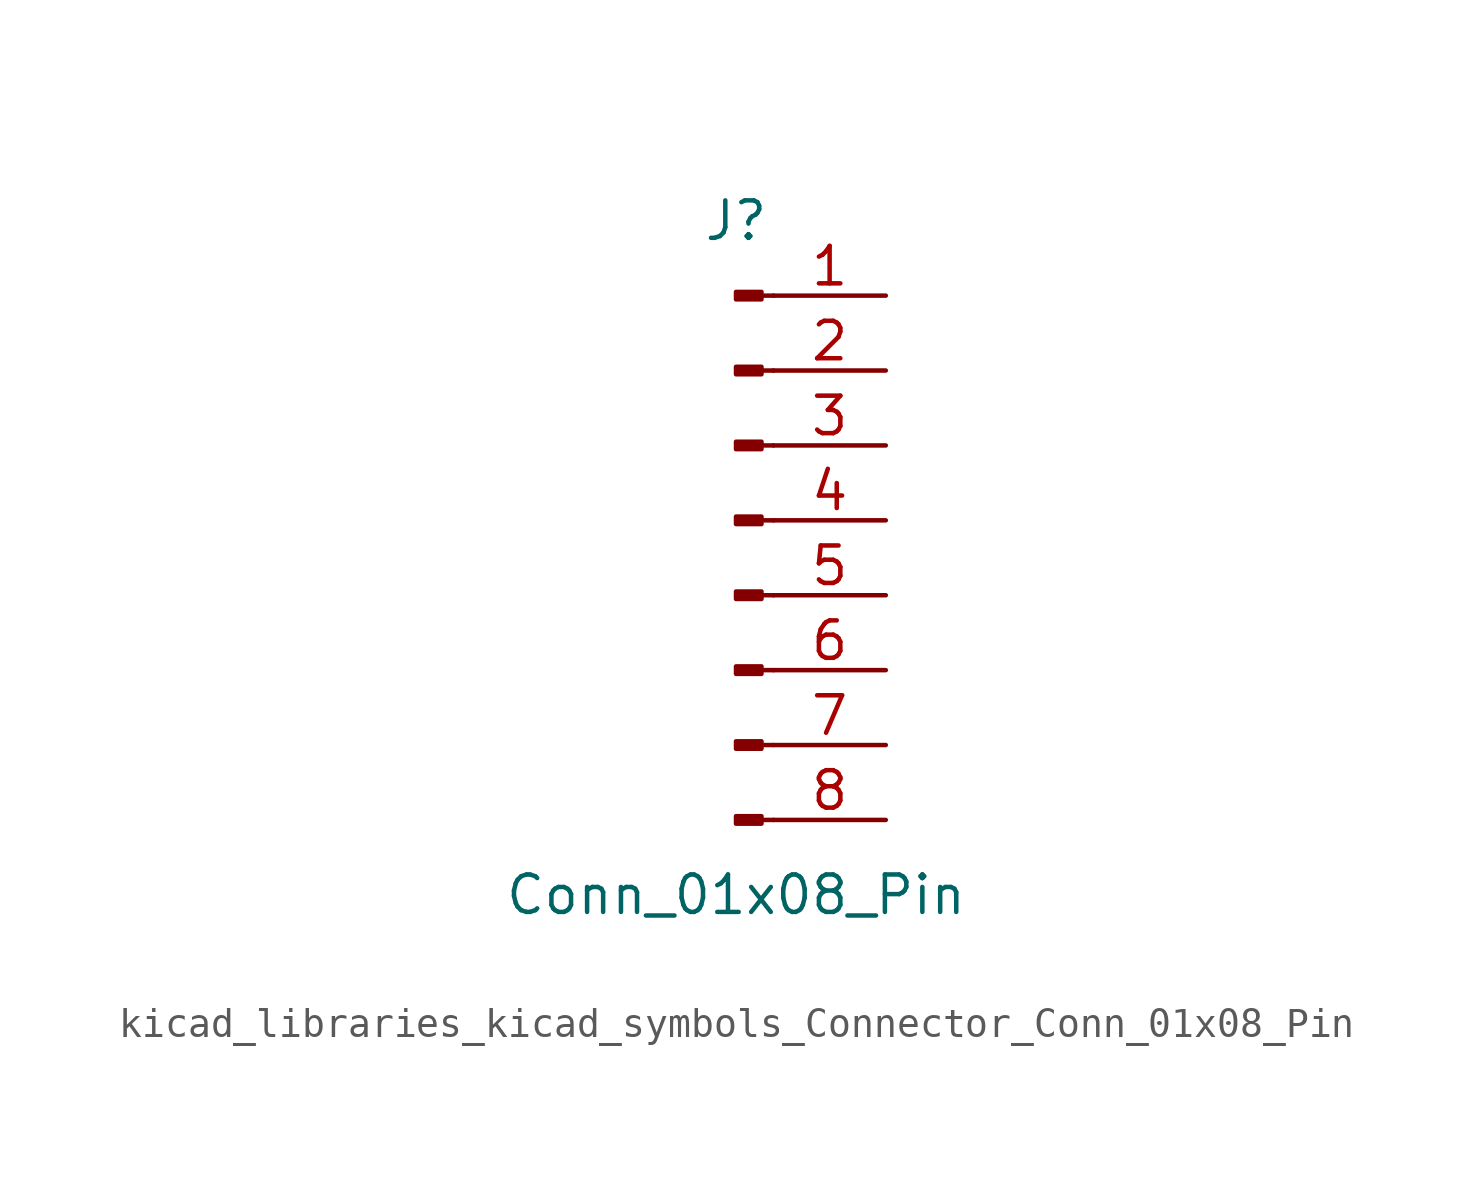
<source format=kicad_sym>
(kicad_symbol_lib
  (version 20220914)
  (generator kicad_symbol_editor)
  (symbol "kicad_libraries_kicad_symbols_Connector_Conn_01x08_Pin"
    (pin_names
      (offset 1.016) hide)
    (property "Reference" "J"
      (at 0 10.16 0)
      (effects (font (size 1.27 1.27))))
    (property "Value" "Conn_01x08_Pin"
      (at 0 -12.7 0)
      (effects (font (size 1.27 1.27))))
    (property "ki_locked" ""
      (at 0 0 0)
      (effects (font (size 1.27 1.27))))
    (symbol "kicad_libraries_kicad_symbols_Connector_Conn_01x08_Pin_1_1"
      (polyline (pts (xy 1.27 -10.16) (xy 0.864 -10.16)) (stroke (width 0.152) (type default)) (fill (type none)))
      (polyline (pts (xy 1.27 -7.62) (xy 0.864 -7.62)) (stroke (width 0.152) (type default)) (fill (type none)))
      (polyline (pts (xy 1.27 -5.08) (xy 0.864 -5.08)) (stroke (width 0.152) (type default)) (fill (type none)))
      (polyline (pts (xy 1.27 -2.54) (xy 0.864 -2.54)) (stroke (width 0.152) (type default)) (fill (type none)))
      (polyline (pts (xy 1.27 0) (xy 0.864 0)) (stroke (width 0.152) (type default)) (fill (type none)))
      (polyline (pts (xy 1.27 2.54) (xy 0.864 2.54)) (stroke (width 0.152) (type default)) (fill (type none)))
      (polyline (pts (xy 1.27 5.08) (xy 0.864 5.08)) (stroke (width 0.152) (type default)) (fill (type none)))
      (polyline (pts (xy 1.27 7.62) (xy 0.864 7.62)) (stroke (width 0.152) (type default)) (fill (type none)))
      (rectangle (start 0.864 -10.033) (end 0 -10.287) (stroke (width 0.152) (type default)) (fill (type outline)))
      (rectangle (start 0.864 -7.493) (end 0 -7.747) (stroke (width 0.152) (type default)) (fill (type outline)))
      (rectangle (start 0.864 -4.953) (end 0 -5.207) (stroke (width 0.152) (type default)) (fill (type outline)))
      (rectangle (start 0.864 -2.413) (end 0 -2.667) (stroke (width 0.152) (type default)) (fill (type outline)))
      (rectangle (start 0.864 0.127) (end 0 -0.127) (stroke (width 0.152) (type default)) (fill (type outline)))
      (rectangle (start 0.864 2.667) (end 0 2.413) (stroke (width 0.152) (type default)) (fill (type outline)))
      (rectangle (start 0.864 5.207) (end 0 4.953) (stroke (width 0.152) (type default)) (fill (type outline)))
      (rectangle (start 0.864 7.747) (end 0 7.493) (stroke (width 0.152) (type default)) (fill (type outline)))
      (pin passive line (at 5.08 7.62 180) (length 3.81) (name "Pin_1" (effects (font (size 1.27 1.27)))) (number "1" (effects (font (size 1.27 1.27)))))
      (pin passive line (at 5.08 5.08 180) (length 3.81) (name "Pin_2" (effects (font (size 1.27 1.27)))) (number "2" (effects (font (size 1.27 1.27)))))
      (pin passive line (at 5.08 2.54 180) (length 3.81) (name "Pin_3" (effects (font (size 1.27 1.27)))) (number "3" (effects (font (size 1.27 1.27)))))
      (pin passive line (at 5.08 0 180) (length 3.81) (name "Pin_4" (effects (font (size 1.27 1.27)))) (number "4" (effects (font (size 1.27 1.27)))))
      (pin passive line (at 5.08 -2.54 180) (length 3.81) (name "Pin_5" (effects (font (size 1.27 1.27)))) (number "5" (effects (font (size 1.27 1.27)))))
      (pin passive line (at 5.08 -5.08 180) (length 3.81) (name "Pin_6" (effects (font (size 1.27 1.27)))) (number "6" (effects (font (size 1.27 1.27)))))
      (pin passive line (at 5.08 -7.62 180) (length 3.81) (name "Pin_7" (effects (font (size 1.27 1.27)))) (number "7" (effects (font (size 1.27 1.27)))))
      (pin passive line (at 5.08 -10.16 180) (length 3.81) (name "Pin_8" (effects (font (size 1.27 1.27)))) (number "8" (effects (font (size 1.27 1.27))))))))
</source>
